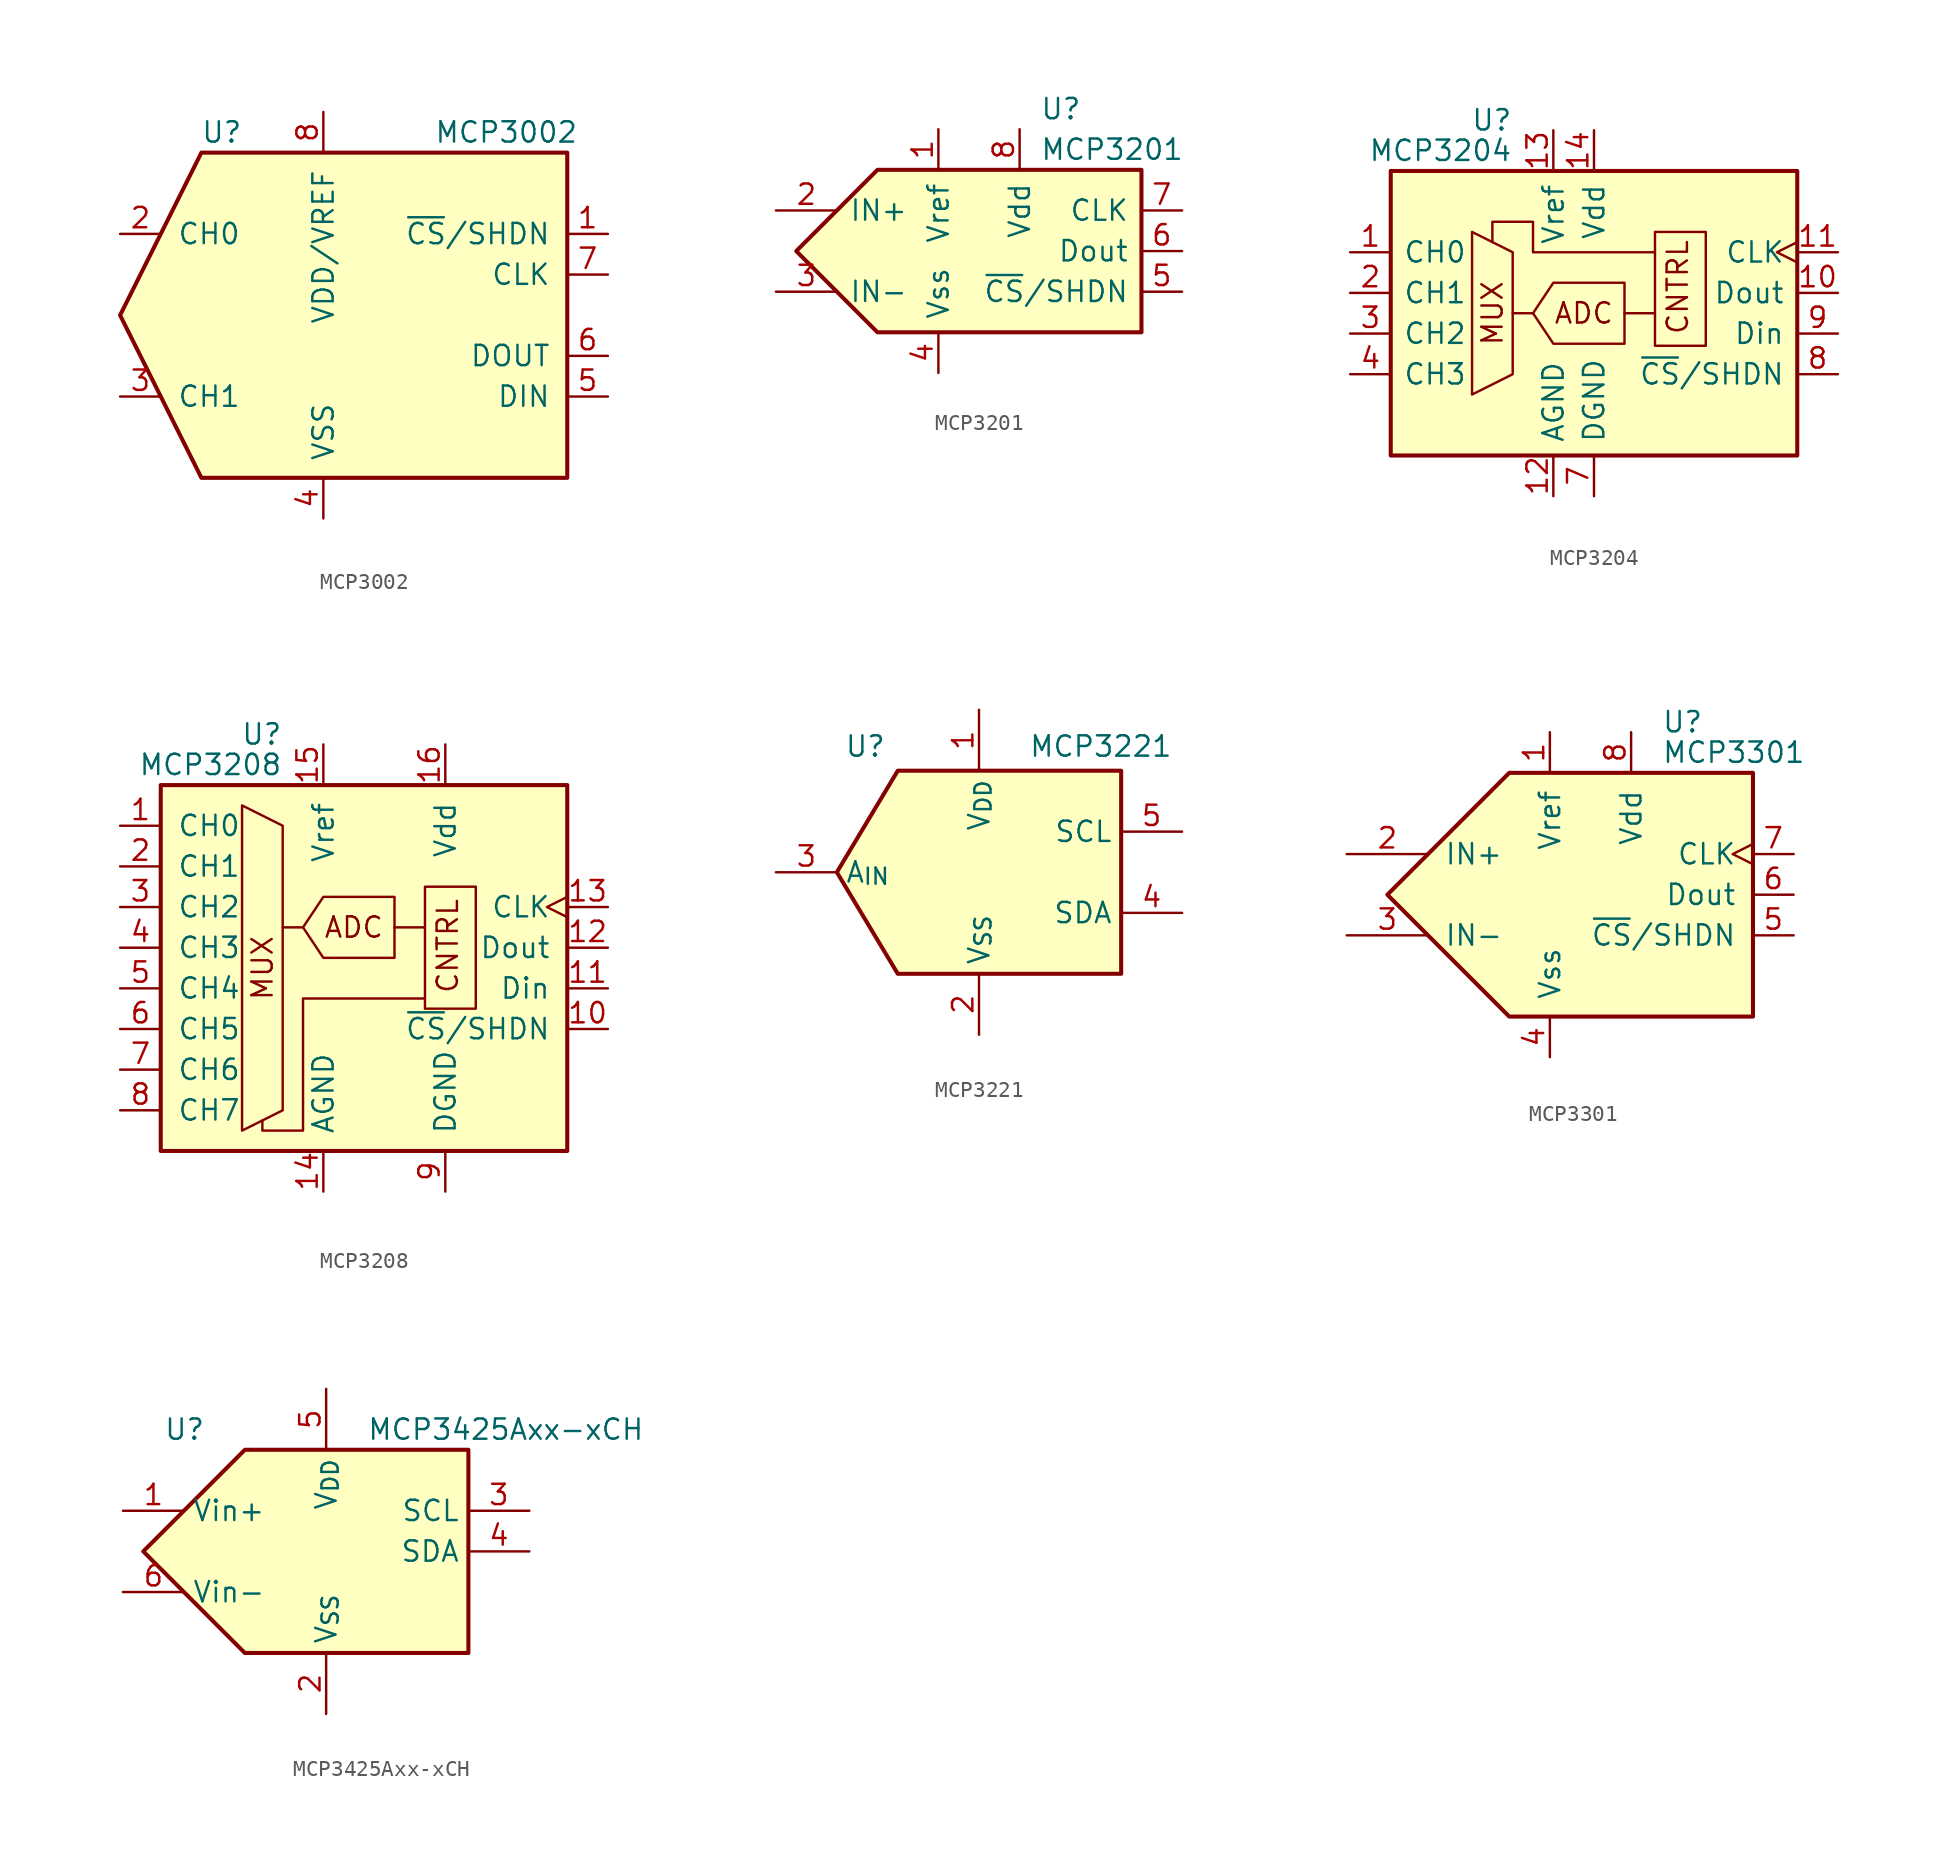
<source format=kicad_sym>
(kicad_symbol_lib
  (version 20241209)
  (generator "kicad_symbol_editor")
  (generator_version "9.0")
  (symbol "MCP3002"
    (pin_names
      (offset 1.016))
    (property "Reference" "U"
      (at -6.35 11.43 0)
      (effects (font (size 1.27 1.27))))
    (property "Value" "MCP3002"
      (at 11.43 11.43 0)
      (effects (font (size 1.27 1.27))))
    (symbol "MCP3002_0_1"
      (polyline (pts (xy 15.24 10.16) (xy -7.62 10.16) (xy -12.7 0) (xy -7.62 -10.16) (xy 15.24 -10.16) (xy 15.24 10.16)) (stroke (width 0.254) (type default)) (fill (type background))))
    (symbol "MCP3002_1_1"
      (pin passive line (at -12.7 5.08 0) (length 2.54) (name "CH0" (effects (font (size 1.27 1.27)))) (number "2" (effects (font (size 1.27 1.27)))))
      (pin passive line (at -12.7 -5.08 0) (length 2.54) (name "CH1" (effects (font (size 1.27 1.27)))) (number "3" (effects (font (size 1.27 1.27)))))
      (pin power_in line (at 0 12.7 270) (length 2.54) (name "VDD/VREF" (effects (font (size 1.27 1.27)))) (number "8" (effects (font (size 1.27 1.27)))))
      (pin power_in line (at 0 -12.7 90) (length 2.54) (name "VSS" (effects (font (size 1.27 1.27)))) (number "4" (effects (font (size 1.27 1.27)))))
      (pin input line (at 17.78 5.08 180) (length 2.54) (name "~{CS}/SHDN" (effects (font (size 1.27 1.27)))) (number "1" (effects (font (size 1.27 1.27)))))
      (pin input line (at 17.78 2.54 180) (length 2.54) (name "CLK" (effects (font (size 1.27 1.27)))) (number "7" (effects (font (size 1.27 1.27)))))
      (pin output line (at 17.78 -2.54 180) (length 2.54) (name "DOUT" (effects (font (size 1.27 1.27)))) (number "6" (effects (font (size 1.27 1.27)))))
      (pin input line (at 17.78 -5.08 180) (length 2.54) (name "DIN" (effects (font (size 1.27 1.27)))) (number "5" (effects (font (size 1.27 1.27)))))))
  (symbol "MCP3201"
    (pin_names
      (offset 0.762))
    (property "Reference" "U"
      (at 3.81 8.89 0)
      (effects (font (size 1.27 1.27)) (justify left)))
    (property "Value" "MCP3201"
      (at 3.81 6.35 0)
      (effects (font (size 1.27 1.27)) (justify left)))
    (symbol "MCP3201_0_0"
      (polyline (pts (xy -11.43 0) (xy -6.35 5.08) (xy 10.16 5.08) (xy 10.16 -5.08) (xy -6.35 -5.08) (xy -11.43 0)) (stroke (width 0.254) (type default)) (fill (type background))))
    (symbol "MCP3201_1_1"
      (pin input line (at -12.7 2.54 0) (length 3.81) (name "IN+" (effects (font (size 1.27 1.27)))) (number "2" (effects (font (size 1.27 1.27)))))
      (pin input line (at -12.7 -2.54 0) (length 3.81) (name "IN-" (effects (font (size 1.27 1.27)))) (number "3" (effects (font (size 1.27 1.27)))))
      (pin power_in line (at -2.54 7.62 270) (length 2.54) (name "Vref" (effects (font (size 1.27 1.27)))) (number "1" (effects (font (size 1.27 1.27)))))
      (pin power_in line (at -2.54 -7.62 90) (length 2.54) (name "Vss" (effects (font (size 1.27 1.27)))) (number "4" (effects (font (size 1.27 1.27)))))
      (pin power_in line (at 2.54 7.62 270) (length 2.54) (name "Vdd" (effects (font (size 1.27 1.27)))) (number "8" (effects (font (size 1.27 1.27)))))
      (pin input line (at 12.7 2.54 180) (length 2.54) (name "CLK" (effects (font (size 1.27 1.27)))) (number "7" (effects (font (size 1.27 1.27)))))
      (pin output line (at 12.7 0 180) (length 2.54) (name "Dout" (effects (font (size 1.27 1.27)))) (number "6" (effects (font (size 1.27 1.27)))))
      (pin input line (at 12.7 -2.54 180) (length 2.54) (name "~{CS}/SHDN" (effects (font (size 1.27 1.27)))) (number "5" (effects (font (size 1.27 1.27)))))))
  (symbol "MCP3204"
    (pin_names
      (offset 0.762))
    (property "Reference" "U"
      (at -5.08 10.795 0)
      (effects (font (size 1.27 1.27)) (justify right)))
    (property "Value" "MCP3204"
      (at -5.08 8.89 0)
      (effects (font (size 1.27 1.27)) (justify right)))
    (symbol "MCP3204_0_0"
      (text "MUX" (at -6.35 -1.27 900) (effects (font (size 1.27 1.27))))
      (text "ADC" (at -0.635 -1.27 0) (effects (font (size 1.27 1.27))))
      (text "CNTRL" (at 5.969 -2.667 900) (effects (font (size 1.27 1.27)) (justify left bottom))))
    (symbol "MCP3204_0_1"
      (polyline (pts (xy -7.62 3.81) (xy -7.62 -6.35) (xy -5.08 -5.08) (xy -5.08 2.54) (xy -7.62 3.81)) (stroke (width 0) (type default)) (fill (type none)))
      (polyline (pts (xy -5.08 -1.27) (xy -3.81 -1.27)) (stroke (width 0) (type default)) (fill (type none)))
      (polyline (pts (xy -3.81 -1.27) (xy -2.54 0.635) (xy 1.905 0.635) (xy 1.905 -3.175) (xy -2.54 -3.175) (xy -3.81 -1.27)) (stroke (width 0) (type default)) (fill (type none)))
      (polyline (pts (xy 1.905 -1.27) (xy 3.81 -1.27)) (stroke (width 0) (type default)) (fill (type none)))
      (polyline (pts (xy 3.81 2.54) (xy -3.81 2.54) (xy -3.81 4.445) (xy -6.35 4.445) (xy -6.35 3.175)) (stroke (width 0) (type default)) (fill (type none)))
      (rectangle (start 3.81 -3.302) (end 6.985 3.81) (stroke (width 0) (type default)) (fill (type none)))
      (rectangle (start 12.7 7.62) (end -12.7 -10.16) (stroke (width 0.254) (type default)) (fill (type background))))
    (symbol "MCP3204_1_1"
      (pin input line (at -15.24 2.54 0) (length 2.54) (name "CH0" (effects (font (size 1.27 1.27)))) (number "1" (effects (font (size 1.27 1.27)))))
      (pin input line (at -15.24 0 0) (length 2.54) (name "CH1" (effects (font (size 1.27 1.27)))) (number "2" (effects (font (size 1.27 1.27)))))
      (pin input line (at -15.24 -2.54 0) (length 2.54) (name "CH2" (effects (font (size 1.27 1.27)))) (number "3" (effects (font (size 1.27 1.27)))))
      (pin input line (at -15.24 -5.08 0) (length 2.54) (name "CH3" (effects (font (size 1.27 1.27)))) (number "4" (effects (font (size 1.27 1.27)))))
      (pin no_connect line (at -10.16 -10.16 90) (length 2.54) (hide yes) (name "NC" (effects (font (size 1.27 1.27)))) (number "5" (effects (font (size 1.27 1.27)))))
      (pin no_connect line (at -7.62 -10.16 90) (length 2.54) (hide yes) (name "NC" (effects (font (size 1.27 1.27)))) (number "6" (effects (font (size 1.27 1.27)))))
      (pin power_in line (at -2.54 10.16 270) (length 2.54) (name "Vref" (effects (font (size 1.27 1.27)))) (number "13" (effects (font (size 1.27 1.27)))))
      (pin power_in line (at -2.54 -12.7 90) (length 2.54) (name "AGND" (effects (font (size 1.27 1.27)))) (number "12" (effects (font (size 1.27 1.27)))))
      (pin power_in line (at 0 10.16 270) (length 2.54) (name "Vdd" (effects (font (size 1.27 1.27)))) (number "14" (effects (font (size 1.27 1.27)))))
      (pin power_in line (at 0 -12.7 90) (length 2.54) (name "DGND" (effects (font (size 1.27 1.27)))) (number "7" (effects (font (size 1.27 1.27)))))
      (pin input clock (at 15.24 2.54 180) (length 2.54) (name "CLK" (effects (font (size 1.27 1.27)))) (number "11" (effects (font (size 1.27 1.27)))))
      (pin output line (at 15.24 0 180) (length 2.54) (name "Dout" (effects (font (size 1.27 1.27)))) (number "10" (effects (font (size 1.27 1.27)))))
      (pin input line (at 15.24 -2.54 180) (length 2.54) (name "Din" (effects (font (size 1.27 1.27)))) (number "9" (effects (font (size 1.27 1.27)))))
      (pin input line (at 15.24 -5.08 180) (length 2.54) (name "~{CS}/SHDN" (effects (font (size 1.27 1.27)))) (number "8" (effects (font (size 1.27 1.27)))))))
  (symbol "MCP3208"
    (pin_names
      (offset 1.016))
    (property "Reference" "U"
      (at -5.08 13.335 0)
      (effects (font (size 1.27 1.27)) (justify right)))
    (property "Value" "MCP3208"
      (at -5.08 11.43 0)
      (effects (font (size 1.27 1.27)) (justify right)))
    (symbol "MCP3208_0_0"
      (text "MUX" (at -6.35 -1.27 900) (effects (font (size 1.27 1.27))))
      (text "ADC" (at -0.635 1.27 0) (effects (font (size 1.27 1.27))))
      (text "CNTRL" (at 5.969 -2.921 900) (effects (font (size 1.27 1.27)) (justify left bottom))))
    (symbol "MCP3208_0_1"
      (polyline (pts (xy -7.62 8.89) (xy -7.62 -11.43) (xy -5.08 -10.16) (xy -5.08 7.62) (xy -7.62 8.89)) (stroke (width 0) (type default)) (fill (type none)))
      (polyline (pts (xy -3.81 1.27) (xy -5.08 1.27)) (stroke (width 0) (type default)) (fill (type none)))
      (polyline (pts (xy 1.905 3.175) (xy 1.905 -0.635) (xy -2.54 -0.635) (xy -3.81 1.27) (xy -2.54 3.175) (xy 1.905 3.175)) (stroke (width 0) (type default)) (fill (type none)))
      (polyline (pts (xy 1.905 1.27) (xy 3.81 1.27)) (stroke (width 0) (type default)) (fill (type none)))
      (polyline (pts (xy 3.81 -3.175) (xy -3.81 -3.175) (xy -3.81 -11.43) (xy -6.35 -11.43) (xy -6.35 -10.795)) (stroke (width 0) (type default)) (fill (type none)))
      (rectangle (start 3.81 -3.81) (end 6.985 3.81) (stroke (width 0) (type default)) (fill (type none)))
      (rectangle (start 12.7 -12.7) (end -12.7 10.16) (stroke (width 0.254) (type default)) (fill (type background))))
    (symbol "MCP3208_1_1"
      (pin input line (at -15.24 7.62 0) (length 2.54) (name "CH0" (effects (font (size 1.27 1.27)))) (number "1" (effects (font (size 1.27 1.27)))))
      (pin input line (at -15.24 5.08 0) (length 2.54) (name "CH1" (effects (font (size 1.27 1.27)))) (number "2" (effects (font (size 1.27 1.27)))))
      (pin input line (at -15.24 2.54 0) (length 2.54) (name "CH2" (effects (font (size 1.27 1.27)))) (number "3" (effects (font (size 1.27 1.27)))))
      (pin input line (at -15.24 0 0) (length 2.54) (name "CH3" (effects (font (size 1.27 1.27)))) (number "4" (effects (font (size 1.27 1.27)))))
      (pin input line (at -15.24 -2.54 0) (length 2.54) (name "CH4" (effects (font (size 1.27 1.27)))) (number "5" (effects (font (size 1.27 1.27)))))
      (pin input line (at -15.24 -5.08 0) (length 2.54) (name "CH5" (effects (font (size 1.27 1.27)))) (number "6" (effects (font (size 1.27 1.27)))))
      (pin input line (at -15.24 -7.62 0) (length 2.54) (name "CH6" (effects (font (size 1.27 1.27)))) (number "7" (effects (font (size 1.27 1.27)))))
      (pin input line (at -15.24 -10.16 0) (length 2.54) (name "CH7" (effects (font (size 1.27 1.27)))) (number "8" (effects (font (size 1.27 1.27)))))
      (pin power_in line (at -2.54 12.7 270) (length 2.54) (name "Vref" (effects (font (size 1.27 1.27)))) (number "15" (effects (font (size 1.27 1.27)))))
      (pin power_in line (at -2.54 -15.24 90) (length 2.54) (name "AGND" (effects (font (size 1.27 1.27)))) (number "14" (effects (font (size 1.27 1.27)))))
      (pin power_in line (at 5.08 12.7 270) (length 2.54) (name "Vdd" (effects (font (size 1.27 1.27)))) (number "16" (effects (font (size 1.27 1.27)))))
      (pin power_in line (at 5.08 -15.24 90) (length 2.54) (name "DGND" (effects (font (size 1.27 1.27)))) (number "9" (effects (font (size 1.27 1.27)))))
      (pin input clock (at 15.24 2.54 180) (length 2.54) (name "CLK" (effects (font (size 1.27 1.27)))) (number "13" (effects (font (size 1.27 1.27)))))
      (pin output line (at 15.24 0 180) (length 2.54) (name "Dout" (effects (font (size 1.27 1.27)))) (number "12" (effects (font (size 1.27 1.27)))))
      (pin input line (at 15.24 -2.54 180) (length 2.54) (name "Din" (effects (font (size 1.27 1.27)))) (number "11" (effects (font (size 1.27 1.27)))))
      (pin input line (at 15.24 -5.08 180) (length 2.54) (name "~{CS}/SHDN" (effects (font (size 1.27 1.27)))) (number "10" (effects (font (size 1.27 1.27)))))))
  (symbol "MCP3221"
    (property "Reference" "U"
      (at -7.112 7.874 0)
      (effects (font (size 1.27 1.27))))
    (property "Value" "MCP3221"
      (at 7.62 7.874 0)
      (effects (font (size 1.27 1.27))))
    (symbol "MCP3221_0_1"
      (polyline (pts (xy -5.08 6.35) (xy 8.89 6.35) (xy 8.89 0) (xy 8.89 -6.35) (xy -5.08 -6.35) (xy -8.89 0) (xy -5.08 6.35)) (stroke (width 0.254) (type default)) (fill (type background))))
    (symbol "MCP3221_1_1"
      (pin input line (at -12.7 0 0) (length 3.81) (name "A_{IN}" (effects (font (size 1.27 1.27)))) (number "3" (effects (font (size 1.27 1.27)))))
      (pin power_in line (at 0 10.16 270) (length 3.81) (name "V_{DD}" (effects (font (size 1.27 1.27)))) (number "1" (effects (font (size 1.27 1.27)))))
      (pin power_in line (at 0 -10.16 90) (length 3.81) (name "V_{SS}" (effects (font (size 1.27 1.27)))) (number "2" (effects (font (size 1.27 1.27)))))
      (pin input line (at 12.7 2.54 180) (length 3.81) (name "SCL" (effects (font (size 1.27 1.27)))) (number "5" (effects (font (size 1.27 1.27)))))
      (pin bidirectional line (at 12.7 -2.54 180) (length 3.81) (name "SDA" (effects (font (size 1.27 1.27)))) (number "4" (effects (font (size 1.27 1.27)))))))
  (symbol "MCP3301"
    (pin_names
      (offset 1.016))
    (property "Reference" "U"
      (at 4.445 10.795 0)
      (effects (font (size 1.27 1.27)) (justify left)))
    (property "Value" "MCP3301"
      (at 4.445 8.89 0)
      (effects (font (size 1.27 1.27)) (justify left)))
    (symbol "MCP3301_0_0"
      (polyline (pts (xy -12.7 0) (xy -5.08 7.62) (xy 10.16 7.62) (xy 10.16 -7.62) (xy -5.08 -7.62) (xy -12.7 0)) (stroke (width 0.254) (type default)) (fill (type background))))
    (symbol "MCP3301_1_1"
      (pin input line (at -15.24 2.54 0) (length 5.08) (name "IN+" (effects (font (size 1.27 1.27)))) (number "2" (effects (font (size 1.27 1.27)))))
      (pin input line (at -15.24 -2.54 0) (length 5.08) (name "IN-" (effects (font (size 1.27 1.27)))) (number "3" (effects (font (size 1.27 1.27)))))
      (pin power_in line (at -2.54 10.16 270) (length 2.54) (name "Vref" (effects (font (size 1.27 1.27)))) (number "1" (effects (font (size 1.27 1.27)))))
      (pin power_in line (at -2.54 -10.16 90) (length 2.54) (name "Vss" (effects (font (size 1.27 1.27)))) (number "4" (effects (font (size 1.27 1.27)))))
      (pin power_in line (at 2.54 10.16 270) (length 2.54) (name "Vdd" (effects (font (size 1.27 1.27)))) (number "8" (effects (font (size 1.27 1.27)))))
      (pin input clock (at 12.7 2.54 180) (length 2.54) (name "CLK" (effects (font (size 1.27 1.27)))) (number "7" (effects (font (size 1.27 1.27)))))
      (pin output line (at 12.7 0 180) (length 2.54) (name "Dout" (effects (font (size 1.27 1.27)))) (number "6" (effects (font (size 1.27 1.27)))))
      (pin input line (at 12.7 -2.54 180) (length 2.54) (name "~{CS}/SHDN" (effects (font (size 1.27 1.27)))) (number "5" (effects (font (size 1.27 1.27)))))))
  (symbol "MCP3425Axx-xCH"
    (property "Reference" "U"
      (at -10.16 7.62 0)
      (effects (font (size 1.27 1.27)) (justify left)))
    (property "Value" "MCP3425Axx-xCH"
      (at 2.54 7.62 0)
      (effects (font (size 1.27 1.27)) (justify left)))
    (symbol "MCP3425Axx-xCH_0_1"
      (polyline (pts (xy -5.08 6.35) (xy 8.89 6.35) (xy 8.89 0) (xy 8.89 -6.35) (xy -5.08 -6.35) (xy -11.43 0) (xy -5.08 6.35)) (stroke (width 0.254) (type default)) (fill (type background))))
    (symbol "MCP3425Axx-xCH_1_1"
      (pin passive line (at -12.7 2.54 0) (length 3.81) (name "Vin+" (effects (font (size 1.27 1.27)))) (number "1" (effects (font (size 1.27 1.27)))))
      (pin passive line (at -12.7 -2.54 0) (length 3.81) (name "Vin-" (effects (font (size 1.27 1.27)))) (number "6" (effects (font (size 1.27 1.27)))))
      (pin power_in line (at 0 10.16 270) (length 3.81) (name "V_{DD}" (effects (font (size 1.27 1.27)))) (number "5" (effects (font (size 1.27 1.27)))))
      (pin power_in line (at 0 -10.16 90) (length 3.81) (name "V_{SS}" (effects (font (size 1.27 1.27)))) (number "2" (effects (font (size 1.27 1.27)))))
      (pin input line (at 12.7 2.54 180) (length 3.81) (name "SCL" (effects (font (size 1.27 1.27)))) (number "3" (effects (font (size 1.27 1.27)))))
      (pin bidirectional line (at 12.7 0 180) (length 3.81) (name "SDA" (effects (font (size 1.27 1.27)))) (number "4" (effects (font (size 1.27 1.27))))))))
</source>
